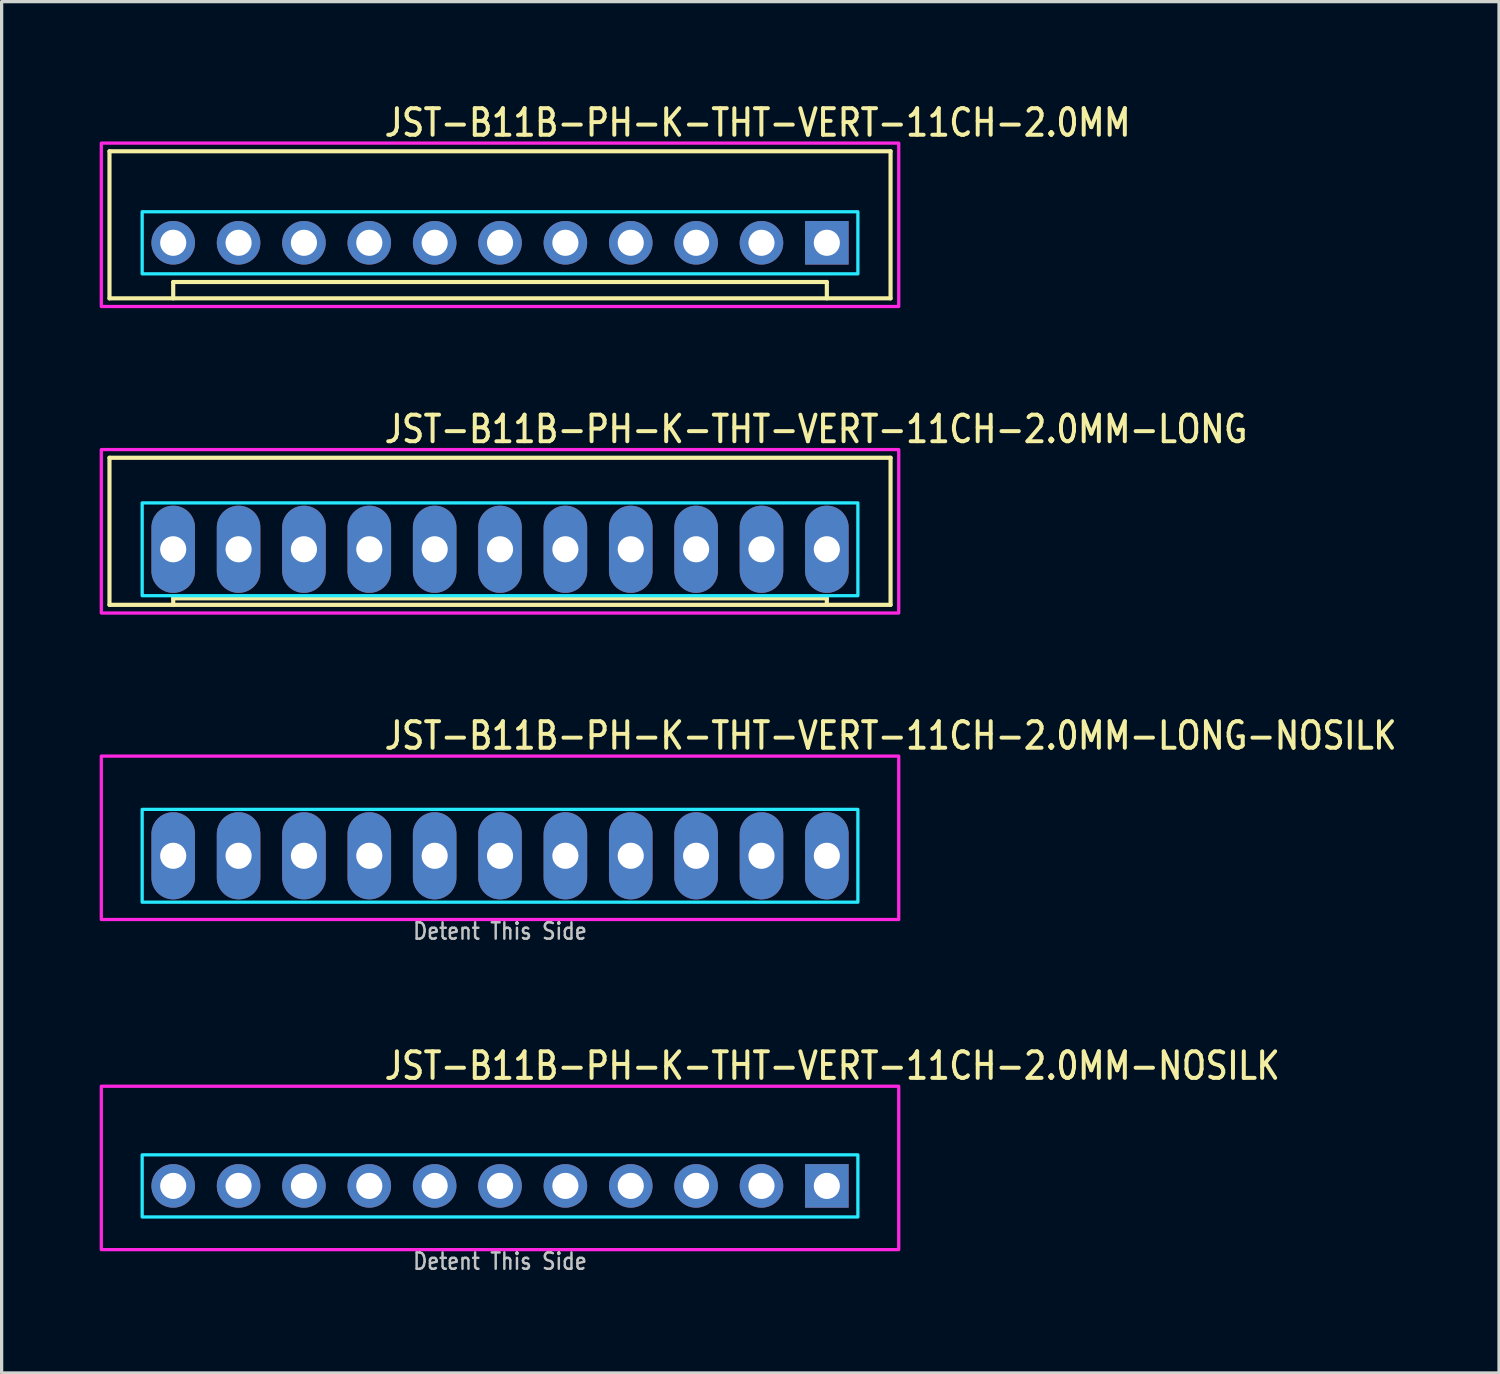
<source format=kicad_pcb>
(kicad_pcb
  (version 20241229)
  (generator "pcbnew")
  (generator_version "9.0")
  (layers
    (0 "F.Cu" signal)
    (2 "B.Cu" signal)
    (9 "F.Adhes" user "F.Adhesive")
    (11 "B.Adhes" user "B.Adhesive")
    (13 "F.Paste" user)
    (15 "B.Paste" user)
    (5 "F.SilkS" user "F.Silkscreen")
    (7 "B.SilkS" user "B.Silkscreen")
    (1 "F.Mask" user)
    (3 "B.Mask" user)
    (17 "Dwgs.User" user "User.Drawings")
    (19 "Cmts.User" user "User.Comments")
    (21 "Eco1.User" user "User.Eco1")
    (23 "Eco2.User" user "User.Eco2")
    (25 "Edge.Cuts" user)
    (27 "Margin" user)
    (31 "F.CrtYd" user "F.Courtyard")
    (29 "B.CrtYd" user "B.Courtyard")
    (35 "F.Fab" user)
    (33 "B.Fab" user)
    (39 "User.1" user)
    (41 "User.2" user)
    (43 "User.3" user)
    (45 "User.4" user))
  (footprint "JST-B11B-PH-K-THT-VERT-11CH-2.0MM-LONG-NOSILK"
    (layer "F.Cu")
    (at 12.25 23.136)
    (property "Reference" "JST-B11B-PH-K-THT-VERT-11CH-2.0MM-LONG-NOSILK" (at -3.6 -3.2 0) (unlocked yes) (layer "F.SilkS") (effects (font (size 0.813 0.695) (thickness 0.122)) (justify left bottom)))
    (fp_poly (pts (xy -10.95 -1.42) (xy -10.95 1.42) (xy 10.95 1.42) (xy 10.95 -1.42)) (stroke (width 0.1) (type solid)) (fill no) (layer "B.CrtYd"))
    (fp_poly (pts (xy -12.2 1.95) (xy -12.2 -3.05) (xy 12.2 -3.05) (xy 12.2 1.95)) (stroke (width 0.1) (type solid)) (fill no) (layer "F.CrtYd"))
    (fp_text user "Detent This Side" (at 0 2.6 0) (unlocked yes) (layer "Dwgs.User") (effects (font (size 0.5 0.427) (thickness 0.075)) (justify bottom)))
    (pad "P$1" thru_hole oval (at 10 0 90) (size 2.667 1.333) (drill 0.8) (layers "*.Cu" "*.Mask"))
    (pad "P$2" thru_hole oval (at 8 0 90) (size 2.667 1.333) (drill 0.8) (layers "*.Cu" "*.Mask"))
    (pad "P$3" thru_hole oval (at 6 0 90) (size 2.667 1.333) (drill 0.8) (layers "*.Cu" "*.Mask"))
    (pad "P$4" thru_hole oval (at 4 0 90) (size 2.667 1.333) (drill 0.8) (layers "*.Cu" "*.Mask"))
    (pad "P$5" thru_hole oval (at 2 0 90) (size 2.667 1.333) (drill 0.8) (layers "*.Cu" "*.Mask"))
    (pad "P$6" thru_hole oval (at 0 0 90) (size 2.667 1.333) (drill 0.8) (layers "*.Cu" "*.Mask"))
    (pad "P$7" thru_hole oval (at -2 0 90) (size 2.667 1.333) (drill 0.8) (layers "*.Cu" "*.Mask"))
    (pad "P$8" thru_hole oval (at -4 0 90) (size 2.667 1.333) (drill 0.8) (layers "*.Cu" "*.Mask"))
    (pad "P$9" thru_hole oval (at -6 0 90) (size 2.667 1.333) (drill 0.8) (layers "*.Cu" "*.Mask"))
    (pad "P$10" thru_hole oval (at -8 0 90) (size 2.667 1.333) (drill 0.8) (layers "*.Cu" "*.Mask"))
    (pad "P$11" thru_hole oval (at -10 0 90) (size 2.667 1.333) (drill 0.8) (layers "*.Cu" "*.Mask")))
  (footprint "JST-B11B-PH-K-THT-VERT-11CH-2.0MM-LONG"
    (layer "F.Cu")
    (at 12.25 13.757)
    (property "Reference" "JST-B11B-PH-K-THT-VERT-11CH-2.0MM-LONG" (at -3.6 -3.2 0) (unlocked yes) (layer "F.SilkS") (effects (font (size 0.813 0.695) (thickness 0.122)) (justify left bottom)))
    (fp_line (start -11.95 -2.8) (end -11.95 1.7) (stroke (width 0.127) (type solid)) (layer "F.SilkS"))
    (fp_line (start -11.95 -2.8) (end 11.95 -2.8) (stroke (width 0.127) (type solid)) (layer "F.SilkS"))
    (fp_line (start -11.95 1.7) (end 11.95 1.7) (stroke (width 0.127) (type solid)) (layer "F.SilkS"))
    (fp_line (start -10 1.7) (end -10 1.5) (stroke (width 0.127) (type solid)) (layer "F.SilkS"))
    (fp_line (start 10 1.5) (end -10 1.5) (stroke (width 0.127) (type solid)) (layer "F.SilkS"))
    (fp_line (start 10 1.7) (end 10 1.5) (stroke (width 0.127) (type solid)) (layer "F.SilkS"))
    (fp_line (start 11.95 1.7) (end 11.95 -2.8) (stroke (width 0.127) (type solid)) (layer "F.SilkS"))
    (fp_poly (pts (xy -10.95 -1.42) (xy -10.95 1.42) (xy 10.95 1.42) (xy 10.95 -1.42)) (stroke (width 0.1) (type solid)) (fill no) (layer "B.CrtYd"))
    (fp_poly (pts (xy -12.2 1.95) (xy -12.2 -3.05) (xy 12.2 -3.05) (xy 12.2 1.95)) (stroke (width 0.1) (type solid)) (fill no) (layer "F.CrtYd"))
    (pad "1" thru_hole oval (at 10 0 90) (size 2.667 1.333) (drill 0.8) (layers "*.Cu" "*.Mask"))
    (pad "2" thru_hole oval (at 8 0 90) (size 2.667 1.333) (drill 0.8) (layers "*.Cu" "*.Mask"))
    (pad "3" thru_hole oval (at 6 0 90) (size 2.667 1.333) (drill 0.8) (layers "*.Cu" "*.Mask"))
    (pad "4" thru_hole oval (at 4 0 90) (size 2.667 1.333) (drill 0.8) (layers "*.Cu" "*.Mask"))
    (pad "5" thru_hole oval (at 2 0 90) (size 2.667 1.333) (drill 0.8) (layers "*.Cu" "*.Mask"))
    (pad "6" thru_hole oval (at 0 0 90) (size 2.667 1.333) (drill 0.8) (layers "*.Cu" "*.Mask"))
    (pad "7" thru_hole oval (at -2 0 90) (size 2.667 1.333) (drill 0.8) (layers "*.Cu" "*.Mask"))
    (pad "8" thru_hole oval (at -4 0 90) (size 2.667 1.333) (drill 0.8) (layers "*.Cu" "*.Mask"))
    (pad "9" thru_hole oval (at -6 0 90) (size 2.667 1.333) (drill 0.8) (layers "*.Cu" "*.Mask"))
    (pad "10" thru_hole oval (at -8 0 90) (size 2.667 1.333) (drill 0.8) (layers "*.Cu" "*.Mask"))
    (pad "11" thru_hole oval (at -10 0 90) (size 2.667 1.333) (drill 0.8) (layers "*.Cu" "*.Mask")))
  (footprint "JST-B11B-PH-K-THT-VERT-11CH-2.0MM"
    (layer "F.Cu")
    (at 12.25 4.379)
    (property "Reference" "JST-B11B-PH-K-THT-VERT-11CH-2.0MM" (at -3.6 -3.2 0) (unlocked yes) (layer "F.SilkS") (effects (font (size 0.813 0.695) (thickness 0.122)) (justify left bottom)))
    (fp_line (start -11.95 -2.8) (end -11.95 1.7) (stroke (width 0.127) (type solid)) (layer "F.SilkS"))
    (fp_line (start -11.95 -2.8) (end 11.95 -2.8) (stroke (width 0.127) (type solid)) (layer "F.SilkS"))
    (fp_line (start -11.95 1.7) (end 11.95 1.7) (stroke (width 0.127) (type solid)) (layer "F.SilkS"))
    (fp_line (start -10 1.7) (end -10 1.2) (stroke (width 0.127) (type solid)) (layer "F.SilkS"))
    (fp_line (start 10 1.2) (end -10 1.2) (stroke (width 0.127) (type solid)) (layer "F.SilkS"))
    (fp_line (start 10 1.7) (end 10 1.2) (stroke (width 0.127) (type solid)) (layer "F.SilkS"))
    (fp_line (start 11.95 1.7) (end 11.95 -2.8) (stroke (width 0.127) (type solid)) (layer "F.SilkS"))
    (fp_poly (pts (xy -10.95 -0.95) (xy -10.95 0.95) (xy 10.95 0.95) (xy 10.95 -0.95)) (stroke (width 0.1) (type solid)) (fill no) (layer "B.CrtYd"))
    (fp_poly (pts (xy -12.2 1.95) (xy -12.2 -3.05) (xy 12.2 -3.05) (xy 12.2 1.95)) (stroke (width 0.1) (type solid)) (fill no) (layer "F.CrtYd"))
    (pad "1" thru_hole rect (at 10 0) (size 1.333 1.333) (drill 0.8) (layers "*.Cu" "*.Mask"))
    (pad "2" thru_hole oval (at 8 0) (size 1.333 1.333) (drill 0.8) (layers "*.Cu" "*.Mask"))
    (pad "3" thru_hole oval (at 6 0) (size 1.333 1.333) (drill 0.8) (layers "*.Cu" "*.Mask"))
    (pad "4" thru_hole oval (at 4 0) (size 1.333 1.333) (drill 0.8) (layers "*.Cu" "*.Mask"))
    (pad "5" thru_hole oval (at 2 0) (size 1.333 1.333) (drill 0.8) (layers "*.Cu" "*.Mask"))
    (pad "6" thru_hole oval (at 0 0) (size 1.333 1.333) (drill 0.8) (layers "*.Cu" "*.Mask"))
    (pad "7" thru_hole oval (at -2 0) (size 1.333 1.333) (drill 0.8) (layers "*.Cu" "*.Mask"))
    (pad "8" thru_hole oval (at -4 0) (size 1.333 1.333) (drill 0.8) (layers "*.Cu" "*.Mask"))
    (pad "9" thru_hole oval (at -6 0) (size 1.333 1.333) (drill 0.8) (layers "*.Cu" "*.Mask"))
    (pad "10" thru_hole oval (at -8 0) (size 1.333 1.333) (drill 0.8) (layers "*.Cu" "*.Mask"))
    (pad "11" thru_hole oval (at -10 0) (size 1.333 1.333) (drill 0.8) (layers "*.Cu" "*.Mask")))
  (footprint "JST-B11B-PH-K-THT-VERT-11CH-2.0MM-NOSILK"
    (layer "F.Cu")
    (at 12.25 33.237)
    (property "Reference" "JST-B11B-PH-K-THT-VERT-11CH-2.0MM-NOSILK" (at -3.6 -3.2 0) (unlocked yes) (layer "F.SilkS") (effects (font (size 0.813 0.695) (thickness 0.122)) (justify left bottom)))
    (fp_poly (pts (xy -10.95 -0.95) (xy -10.95 0.95) (xy 10.95 0.95) (xy 10.95 -0.95)) (stroke (width 0.1) (type solid)) (fill no) (layer "B.CrtYd"))
    (fp_poly (pts (xy -12.2 1.95) (xy -12.2 -3.05) (xy 12.2 -3.05) (xy 12.2 1.95)) (stroke (width 0.1) (type solid)) (fill no) (layer "F.CrtYd"))
    (fp_text user "Detent This Side" (at 0 2.6 0) (unlocked yes) (layer "Dwgs.User") (effects (font (size 0.5 0.427) (thickness 0.075)) (justify bottom)))
    (pad "P$1" thru_hole rect (at 10 0) (size 1.333 1.333) (drill 0.8) (layers "*.Cu" "*.Mask"))
    (pad "P$2" thru_hole oval (at 8 0) (size 1.333 1.333) (drill 0.8) (layers "*.Cu" "*.Mask"))
    (pad "P$3" thru_hole oval (at 6 0) (size 1.333 1.333) (drill 0.8) (layers "*.Cu" "*.Mask"))
    (pad "P$4" thru_hole oval (at 4 0) (size 1.333 1.333) (drill 0.8) (layers "*.Cu" "*.Mask"))
    (pad "P$5" thru_hole oval (at 2 0) (size 1.333 1.333) (drill 0.8) (layers "*.Cu" "*.Mask"))
    (pad "P$6" thru_hole oval (at 0 0) (size 1.333 1.333) (drill 0.8) (layers "*.Cu" "*.Mask"))
    (pad "P$7" thru_hole oval (at -2 0) (size 1.333 1.333) (drill 0.8) (layers "*.Cu" "*.Mask"))
    (pad "P$8" thru_hole oval (at -4 0) (size 1.333 1.333) (drill 0.8) (layers "*.Cu" "*.Mask"))
    (pad "P$9" thru_hole oval (at -6 0) (size 1.333 1.333) (drill 0.8) (layers "*.Cu" "*.Mask"))
    (pad "P$10" thru_hole oval (at -8 0) (size 1.333 1.333) (drill 0.8) (layers "*.Cu" "*.Mask"))
    (pad "P$11" thru_hole oval (at -10 0) (size 1.333 1.333) (drill 0.8) (layers "*.Cu" "*.Mask")))
  (gr_rect
    (start -3 -3)
    (end 42.818 38.961)
    (stroke (width 0.1) (type default))
    (fill no)
    (layer "Edge.Cuts")))
</source>
